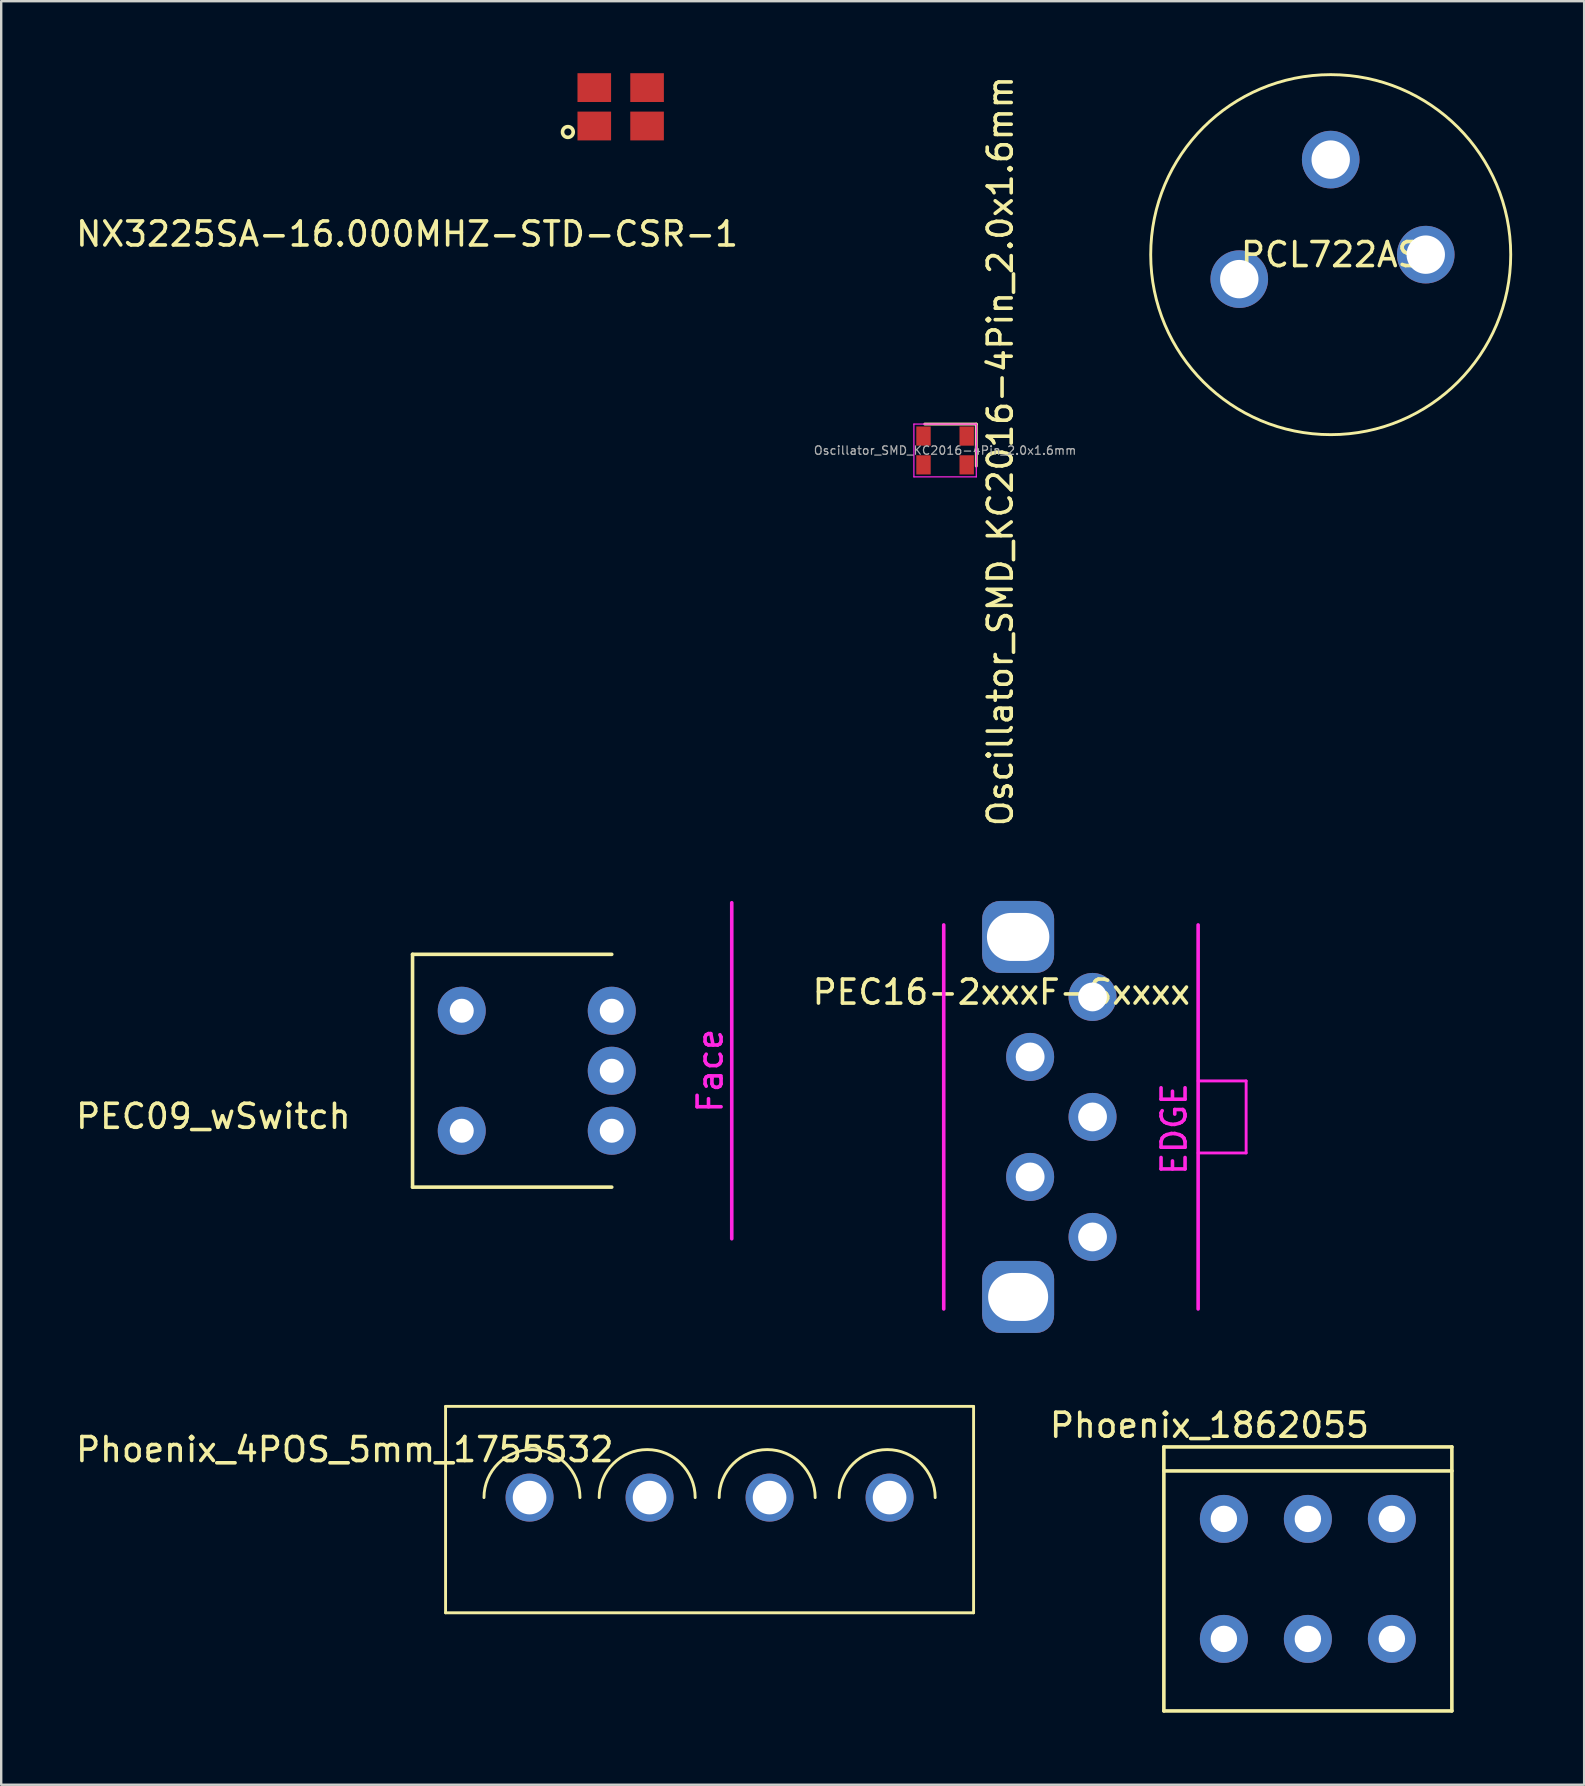
<source format=kicad_pcb>
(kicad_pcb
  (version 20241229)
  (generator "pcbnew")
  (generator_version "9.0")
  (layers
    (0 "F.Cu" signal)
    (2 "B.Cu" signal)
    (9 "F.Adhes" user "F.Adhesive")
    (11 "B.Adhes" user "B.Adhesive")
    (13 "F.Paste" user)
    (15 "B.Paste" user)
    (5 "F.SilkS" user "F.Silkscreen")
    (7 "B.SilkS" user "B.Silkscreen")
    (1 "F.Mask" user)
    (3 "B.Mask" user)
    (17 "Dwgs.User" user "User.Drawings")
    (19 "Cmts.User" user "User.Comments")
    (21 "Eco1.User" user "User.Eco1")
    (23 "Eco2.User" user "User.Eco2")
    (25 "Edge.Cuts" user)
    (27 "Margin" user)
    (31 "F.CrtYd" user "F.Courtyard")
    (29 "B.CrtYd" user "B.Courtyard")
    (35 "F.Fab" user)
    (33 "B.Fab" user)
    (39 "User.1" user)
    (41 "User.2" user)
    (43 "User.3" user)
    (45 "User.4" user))
  (footprint "PEC16-2xxxF-Sxxxx"
    (layer "F.Cu")
    (at 39.371 43.488)
    (property "Reference" "PEC16-2xxxF-Sxxxx" (at -0.7 -5.2 0) (layer "F.SilkS") (effects (font (size 1 1) (thickness 0.15))))
    (attr through_hole)
    (fp_line (start -3.1 -8) (end -3.1 8) (stroke (width 0.15) (type solid)) (layer "F.CrtYd"))
    (fp_line (start 7.5 -8) (end 7.5 8) (stroke (width 0.15) (type solid)) (layer "F.CrtYd"))
    (fp_line (start 7.5 -1.5) (end 9.5 -1.5) (stroke (width 0.12) (type solid)) (layer "F.CrtYd"))
    (fp_line (start 9.5 -1.5) (end 9.5 1.5) (stroke (width 0.12) (type solid)) (layer "F.CrtYd"))
    (fp_line (start 9.5 1.5) (end 7.5 1.5) (stroke (width 0.12) (type solid)) (layer "F.CrtYd"))
    (fp_text user "EDGE" (at 6.5 0.5 90) (layer "F.CrtYd") (effects (font (size 1 1) (thickness 0.15))))
    (pad "0" thru_hole roundrect (at 0 -7.5) (size 3 3) (drill oval 2.6 2) (layers "*.Cu" "*.Mask") (roundrect_rratio 0.25))
    (pad "0" thru_hole roundrect (at 0 7.5) (size 3 3) (drill oval 2.5 2) (layers "*.Cu" "*.Mask") (roundrect_rratio 0.25))
    (pad "A" thru_hole circle (at 3.1 5) (size 2 2) (drill 1.2) (layers "*.Cu" "*.Mask"))
    (pad "B" thru_hole circle (at 3.1 0) (size 2 2) (drill 1.2) (layers "*.Cu" "*.Mask"))
    (pad "C" thru_hole circle (at 3.1 -5) (size 2 2) (drill 1.2) (layers "*.Cu" "*.Mask"))
    (pad "D" thru_hole circle (at 0.5 2.5) (size 2 2) (drill 1.2) (layers "*.Cu" "*.Mask"))
    (pad "E" thru_hole circle (at 0.5 -2.5) (size 2 2) (drill 1.2) (layers "*.Cu" "*.Mask")))
  (footprint "PEC09_wSwitch"
    (layer "F.Cu")
    (at 27.439 41.563)
    (property "Reference" "PEC09_wSwitch" (at -21.6 1.9 0) (layer "F.SilkS") (effects (font (size 1 1) (thickness 0.15))))
    (attr through_hole)
    (fp_line (start -13.3 -4.85) (end -13.3 4.85) (stroke (width 0.15) (type solid)) (layer "F.SilkS"))
    (fp_line (start -5 -4.85) (end -13.3 -4.85) (stroke (width 0.15) (type solid)) (layer "F.SilkS"))
    (fp_line (start -5 4.85) (end -13.3 4.85) (stroke (width 0.15) (type solid)) (layer "F.SilkS"))
    (fp_line (start 0 -7) (end 0 7) (stroke (width 0.15) (type solid)) (layer "F.CrtYd"))
    (fp_text user "Face" (at -0.9 0 90) (layer "F.CrtYd") (effects (font (size 1 1) (thickness 0.15))))
    (pad "A" thru_hole circle (at -5 2.5) (size 2 2) (drill 1) (layers "*.Cu" "*.Mask"))
    (pad "B" thru_hole circle (at -5 -2.5) (size 2 2) (drill 1) (layers "*.Cu" "*.Mask"))
    (pad "C" thru_hole circle (at -5 0) (size 2 2) (drill 1) (layers "*.Cu" "*.Mask"))
    (pad "D" thru_hole circle (at -11.25 2.5) (size 2 2) (drill 1) (layers "*.Cu" "*.Mask"))
    (pad "E" thru_hole circle (at -11.25 -2.5) (size 2 2) (drill 1) (layers "*.Cu" "*.Mask")))
  (footprint "PCL722AS"
    (layer "F.Cu")
    (at 52.395 7.56)
    (property "Reference" "PCL722AS" (at 0 0 0) (unlocked yes) (layer "F.SilkS") (effects (font (size 1 1) (thickness 0.15))))
    (attr through_hole)
    (fp_circle (center 0 0) (end 7.5 0) (stroke (width 0.12) (type solid)) (fill no) (layer "F.SilkS"))
    (pad "1" thru_hole circle (at -3.81 1.02) (size 2.4 2.4) (drill 1.6) (layers "*.Cu" "*.Mask"))
    (pad "2" thru_hole circle (at 0 -3.96) (size 2.4 2.4) (drill 1.6) (layers "*.Cu" "*.Mask"))
    (pad "3" thru_hole circle (at 3.96 0) (size 2.4 2.4) (drill 1.6) (layers "*.Cu" "*.Mask")))
  (footprint "Oscillator_SMD_KC2016-4Pin_2.0x1.6mm"
    (layer "F.Cu")
    (at 36.328 15.719)
    (property "Reference" "Oscillator_SMD_KC2016-4Pin_2.0x1.6mm" (at 2.3 0.025 270) (layer "F.SilkS") (effects (font (size 1 1) (thickness 0.15))))
    (attr smd)
    (fp_line (start 1.3 -1.1) (end -0.85 -1.1) (stroke (width 0.12) (type solid)) (layer "F.SilkS"))
    (fp_line (start 1.3 0.65) (end 1.3 -1.1) (stroke (width 0.12) (type solid)) (layer "F.SilkS"))
    (fp_line (start -1.3 -1.1) (end -1.3 1.1) (stroke (width 0.05) (type solid)) (layer "F.CrtYd"))
    (fp_line (start -1.3 1.1) (end 1.3 1.1) (stroke (width 0.05) (type solid)) (layer "F.CrtYd"))
    (fp_line (start 1.3 -1.1) (end -1.3 -1.1) (stroke (width 0.05) (type solid)) (layer "F.CrtYd"))
    (fp_line (start 1.3 1.1) (end 1.3 -1.1) (stroke (width 0.05) (type solid)) (layer "F.CrtYd"))
    (fp_text user "${REFERENCE}" (at 0 0 180) (layer "F.Fab") (effects (font (size 0.35 0.35) (thickness 0.05))))
    (pad "1" smd rect (at 0.9 -0.6) (size 0.6 0.8) (layers "F.Cu" "F.Mask" "F.Paste"))
    (pad "2" smd rect (at -0.9 -0.6) (size 0.6 0.8) (layers "F.Cu" "F.Mask" "F.Paste"))
    (pad "3" smd rect (at -0.9 0.6) (size 0.6 0.8) (layers "F.Cu" "F.Mask" "F.Paste"))
    (pad "4" smd rect (at 0.9 0.6) (size 0.6 0.8) (layers "F.Cu" "F.Mask" "F.Paste")))
  (footprint "Phoenix_4POS_5mm_1755532"
    (layer "F.Cu")
    (at 15.515 59.348)
    (property "Reference" "Phoenix_4POS_5mm_1755532" (at -4.2 -2 0) (layer "F.SilkS") (effects (font (size 1 1) (thickness 0.15))))
    (attr through_hole)
    (fp_line (start 0 -3.8) (end 22 -3.8) (stroke (width 0.12) (type solid)) (layer "F.SilkS"))
    (fp_line (start 0 4.8) (end 0 -3.8) (stroke (width 0.12) (type solid)) (layer "F.SilkS"))
    (fp_line (start 22 -3.8) (end 22 4.8) (stroke (width 0.12) (type solid)) (layer "F.SilkS"))
    (fp_line (start 22 4.8) (end 0 4.8) (stroke (width 0.12) (type solid)) (layer "F.SilkS"))
    (fp_arc (start 1.6 0) (mid 3.6 -2) (end 5.6 0) (stroke (width 0.12) (type solid)) (layer "F.SilkS"))
    (fp_arc (start 6.4 0) (mid 8.4 -2) (end 10.4 0) (stroke (width 0.12) (type solid)) (layer "F.SilkS"))
    (fp_arc (start 11.4 0) (mid 13.4 -2) (end 15.4 0) (stroke (width 0.12) (type solid)) (layer "F.SilkS"))
    (fp_arc (start 16.4 0) (mid 18.4 -2) (end 20.4 0) (stroke (width 0.12) (type solid)) (layer "F.SilkS"))
    (pad "1" thru_hole circle (at 3.5 0) (size 2 2) (drill 1.4) (layers "*.Cu" "*.Mask"))
    (pad "2" thru_hole circle (at 8.5 0) (size 2 2) (drill 1.4) (layers "*.Cu" "*.Mask"))
    (pad "3" thru_hole circle (at 13.5 0) (size 2 2) (drill 1.4) (layers "*.Cu" "*.Mask"))
    (pad "4" thru_hole circle (at 18.5 0) (size 2 2) (drill 1.4) (layers "*.Cu" "*.Mask")))
  (footprint "Phoenix_1862055"
    (layer "F.Cu")
    (at 47.943 60.236)
    (property "Reference" "Phoenix_1862055" (at -0.6 -3.9 0) (layer "F.SilkS") (effects (font (size 1 1) (thickness 0.15))))
    (attr through_hole)
    (fp_line (start -2.5 -3) (end 9.5 -3) (stroke (width 0.15) (type solid)) (layer "F.SilkS"))
    (fp_line (start -2.5 -2) (end 9.5 -2) (stroke (width 0.15) (type solid)) (layer "F.SilkS"))
    (fp_line (start -2.5 8) (end -2.5 -3) (stroke (width 0.15) (type solid)) (layer "F.SilkS"))
    (fp_line (start 9.5 -3) (end 9.5 8) (stroke (width 0.15) (type solid)) (layer "F.SilkS"))
    (fp_line (start 9.5 8) (end -2.5 8) (stroke (width 0.15) (type solid)) (layer "F.SilkS"))
    (pad "1" thru_hole circle (at 0 0) (size 2 2) (drill 1.1) (layers "*.Cu" "*.Mask"))
    (pad "1" thru_hole circle (at 0 5) (size 2 2) (drill 1.1) (layers "*.Cu" "*.Mask"))
    (pad "2" thru_hole circle (at 3.5 0) (size 2 2) (drill 1.1) (layers "*.Cu" "*.Mask"))
    (pad "2" thru_hole circle (at 3.5 5) (size 2 2) (drill 1.1) (layers "*.Cu" "*.Mask"))
    (pad "3" thru_hole circle (at 7 0) (size 2 2) (drill 1.1) (layers "*.Cu" "*.Mask"))
    (pad "3" thru_hole circle (at 7 5) (size 2 2) (drill 1.1) (layers "*.Cu" "*.Mask")))
  (footprint "NX3225SA-16.000MHZ-STD-CSR-1"
    (layer "F.Cu")
    (at 22.811 1.4)
    (property "Reference" "NX3225SA-16.000MHZ-STD-CSR-1" (at -8.9 5.3 0) (layer "F.SilkS") (effects (font (size 1 1) (thickness 0.15))))
    (attr through_hole)
    (fp_circle (center -2.2 1.05) (end -2 1.15) (stroke (width 0.15) (type solid)) (fill no) (layer "F.SilkS"))
    (pad "1" smd rect (at -1.1 0.8) (size 1.4 1.2) (layers "F.Cu" "F.Mask" "F.Paste"))
    (pad "2" smd rect (at 1.1 0.8) (size 1.4 1.2) (layers "F.Cu" "F.Mask" "F.Paste"))
    (pad "3" smd rect (at 1.1 -0.8) (size 1.4 1.2) (layers "F.Cu" "F.Mask" "F.Paste"))
    (pad "4" smd rect (at -1.1 -0.8) (size 1.4 1.2) (layers "F.Cu" "F.Mask" "F.Paste")))
  (gr_rect
    (start -3 -3)
    (end 62.955 71.311)
    (stroke (width 0.1) (type default))
    (fill no)
    (layer "Edge.Cuts")))
</source>
